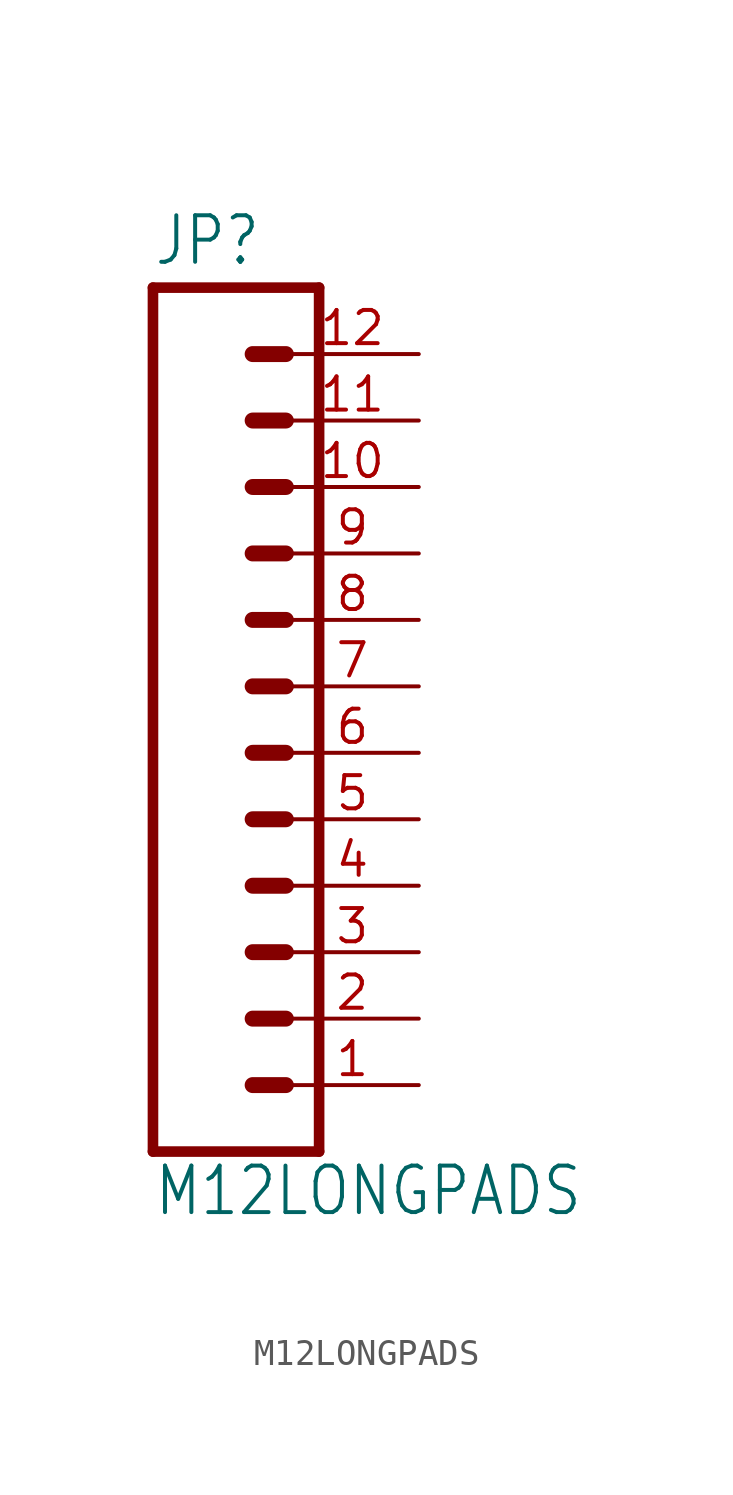
<source format=kicad_sym>
(kicad_symbol_lib
  (version 20211014)
  (generator kicad_symbol_editor)
  (symbol "M12LONGPADS"
    (property "Reference" "JP"
      (at 0 16.002 0)
      (effects (font (size 1.778 1.511)) (justify left bottom)))
    (property "Value" "M12LONGPADS"
      (at 0 -20.32 0)
      (effects (font (size 1.778 1.511)) (justify left bottom)))
    (property "ki_locked" ""
      (at 0 0 0)
      (effects (font (size 1.27 1.27))))
    (symbol "M12LONGPADS_1_0"
      (polyline (pts (xy 0 15.24) (xy 0 -17.78)) (stroke (width 0.406) (type default) (color 0 0 0 0)) (fill (type none)))
      (polyline (pts (xy 0 15.24) (xy 6.35 15.24)) (stroke (width 0.406) (type default) (color 0 0 0 0)) (fill (type none)))
      (polyline (pts (xy 3.81 -15.24) (xy 5.08 -15.24)) (stroke (width 0.61) (type default) (color 0 0 0 0)) (fill (type none)))
      (polyline (pts (xy 3.81 -12.7) (xy 5.08 -12.7)) (stroke (width 0.61) (type default) (color 0 0 0 0)) (fill (type none)))
      (polyline (pts (xy 3.81 -10.16) (xy 5.08 -10.16)) (stroke (width 0.61) (type default) (color 0 0 0 0)) (fill (type none)))
      (polyline (pts (xy 3.81 -7.62) (xy 5.08 -7.62)) (stroke (width 0.61) (type default) (color 0 0 0 0)) (fill (type none)))
      (polyline (pts (xy 3.81 -5.08) (xy 5.08 -5.08)) (stroke (width 0.61) (type default) (color 0 0 0 0)) (fill (type none)))
      (polyline (pts (xy 3.81 -2.54) (xy 5.08 -2.54)) (stroke (width 0.61) (type default) (color 0 0 0 0)) (fill (type none)))
      (polyline (pts (xy 3.81 0) (xy 5.08 0)) (stroke (width 0.61) (type default) (color 0 0 0 0)) (fill (type none)))
      (polyline (pts (xy 3.81 2.54) (xy 5.08 2.54)) (stroke (width 0.61) (type default) (color 0 0 0 0)) (fill (type none)))
      (polyline (pts (xy 3.81 5.08) (xy 5.08 5.08)) (stroke (width 0.61) (type default) (color 0 0 0 0)) (fill (type none)))
      (polyline (pts (xy 3.81 7.62) (xy 5.08 7.62)) (stroke (width 0.61) (type default) (color 0 0 0 0)) (fill (type none)))
      (polyline (pts (xy 3.81 10.16) (xy 5.08 10.16)) (stroke (width 0.61) (type default) (color 0 0 0 0)) (fill (type none)))
      (polyline (pts (xy 3.81 12.7) (xy 5.08 12.7)) (stroke (width 0.61) (type default) (color 0 0 0 0)) (fill (type none)))
      (polyline (pts (xy 6.35 -17.78) (xy 0 -17.78)) (stroke (width 0.406) (type default) (color 0 0 0 0)) (fill (type none)))
      (polyline (pts (xy 6.35 -17.78) (xy 6.35 15.24)) (stroke (width 0.406) (type default) (color 0 0 0 0)) (fill (type none)))
      (pin passive line (at 10.16 -15.24 180) (length 5.08) (name "1" (effects (font (size 0 0)))) (number "1" (effects (font (size 1.27 1.27)))))
      (pin passive line (at 10.16 7.62 180) (length 5.08) (name "10" (effects (font (size 0 0)))) (number "10" (effects (font (size 1.27 1.27)))))
      (pin passive line (at 10.16 10.16 180) (length 5.08) (name "11" (effects (font (size 0 0)))) (number "11" (effects (font (size 1.27 1.27)))))
      (pin passive line (at 10.16 12.7 180) (length 5.08) (name "12" (effects (font (size 0 0)))) (number "12" (effects (font (size 1.27 1.27)))))
      (pin passive line (at 10.16 -12.7 180) (length 5.08) (name "2" (effects (font (size 0 0)))) (number "2" (effects (font (size 1.27 1.27)))))
      (pin passive line (at 10.16 -10.16 180) (length 5.08) (name "3" (effects (font (size 0 0)))) (number "3" (effects (font (size 1.27 1.27)))))
      (pin passive line (at 10.16 -7.62 180) (length 5.08) (name "4" (effects (font (size 0 0)))) (number "4" (effects (font (size 1.27 1.27)))))
      (pin passive line (at 10.16 -5.08 180) (length 5.08) (name "5" (effects (font (size 0 0)))) (number "5" (effects (font (size 1.27 1.27)))))
      (pin passive line (at 10.16 -2.54 180) (length 5.08) (name "6" (effects (font (size 0 0)))) (number "6" (effects (font (size 1.27 1.27)))))
      (pin passive line (at 10.16 0 180) (length 5.08) (name "7" (effects (font (size 0 0)))) (number "7" (effects (font (size 1.27 1.27)))))
      (pin passive line (at 10.16 2.54 180) (length 5.08) (name "8" (effects (font (size 0 0)))) (number "8" (effects (font (size 1.27 1.27)))))
      (pin passive line (at 10.16 5.08 180) (length 5.08) (name "9" (effects (font (size 0 0)))) (number "9" (effects (font (size 1.27 1.27))))))))
</source>
